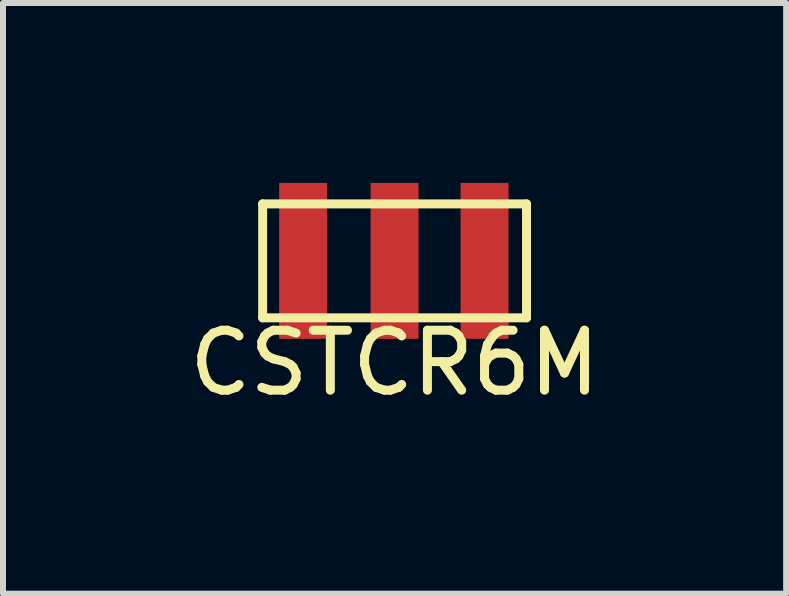
<source format=kicad_pcb>
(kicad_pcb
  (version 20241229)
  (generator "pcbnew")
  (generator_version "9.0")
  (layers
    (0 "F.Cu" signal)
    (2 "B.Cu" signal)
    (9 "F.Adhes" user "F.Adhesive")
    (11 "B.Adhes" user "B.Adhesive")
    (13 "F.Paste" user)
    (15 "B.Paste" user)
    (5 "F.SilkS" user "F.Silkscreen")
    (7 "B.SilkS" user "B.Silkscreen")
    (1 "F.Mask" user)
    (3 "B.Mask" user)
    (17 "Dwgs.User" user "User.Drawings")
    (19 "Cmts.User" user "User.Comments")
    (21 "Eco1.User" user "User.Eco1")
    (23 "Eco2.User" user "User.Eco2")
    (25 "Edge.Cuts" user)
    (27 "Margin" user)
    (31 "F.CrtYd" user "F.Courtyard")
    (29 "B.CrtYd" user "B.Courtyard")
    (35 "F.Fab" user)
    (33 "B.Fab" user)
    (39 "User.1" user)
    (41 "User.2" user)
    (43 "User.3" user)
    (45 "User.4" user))
  (footprint "CSTCR6M"
    (layer "F.Cu")
    (at 3.53 1.3)
    (property "Reference" "CSTCR6M" (at 0 1.702 0) (layer "F.SilkS") (effects (font (size 1 1) (thickness 0.15))))
    (attr through_hole)
    (fp_line (start -2.2 -0.95) (end -2.2 0.95) (stroke (width 0.15) (type solid)) (layer "F.SilkS"))
    (fp_line (start 2.2 -0.95) (end -2.2 -0.95) (stroke (width 0.15) (type solid)) (layer "F.SilkS"))
    (fp_line (start 2.2 -0.95) (end 2.2 0.95) (stroke (width 0.15) (type solid)) (layer "F.SilkS"))
    (fp_line (start 2.2 0.95) (end -2.2 0.95) (stroke (width 0.15) (type solid)) (layer "F.SilkS"))
    (pad "1" smd rect (at -1.525 0) (size 0.8 2.6) (layers "F.Cu" "F.Mask" "F.Paste"))
    (pad "2" smd rect (at 0 0) (size 0.8 2.6) (layers "F.Cu" "F.Mask" "F.Paste"))
    (pad "3" smd rect (at 1.5 0) (size 0.8 2.6) (layers "F.Cu" "F.Mask" "F.Paste")))
  (gr_rect
    (start -3 -3)
    (end 10.06 6.85)
    (stroke (width 0.1) (type default))
    (fill no)
    (layer "Edge.Cuts")))
</source>
